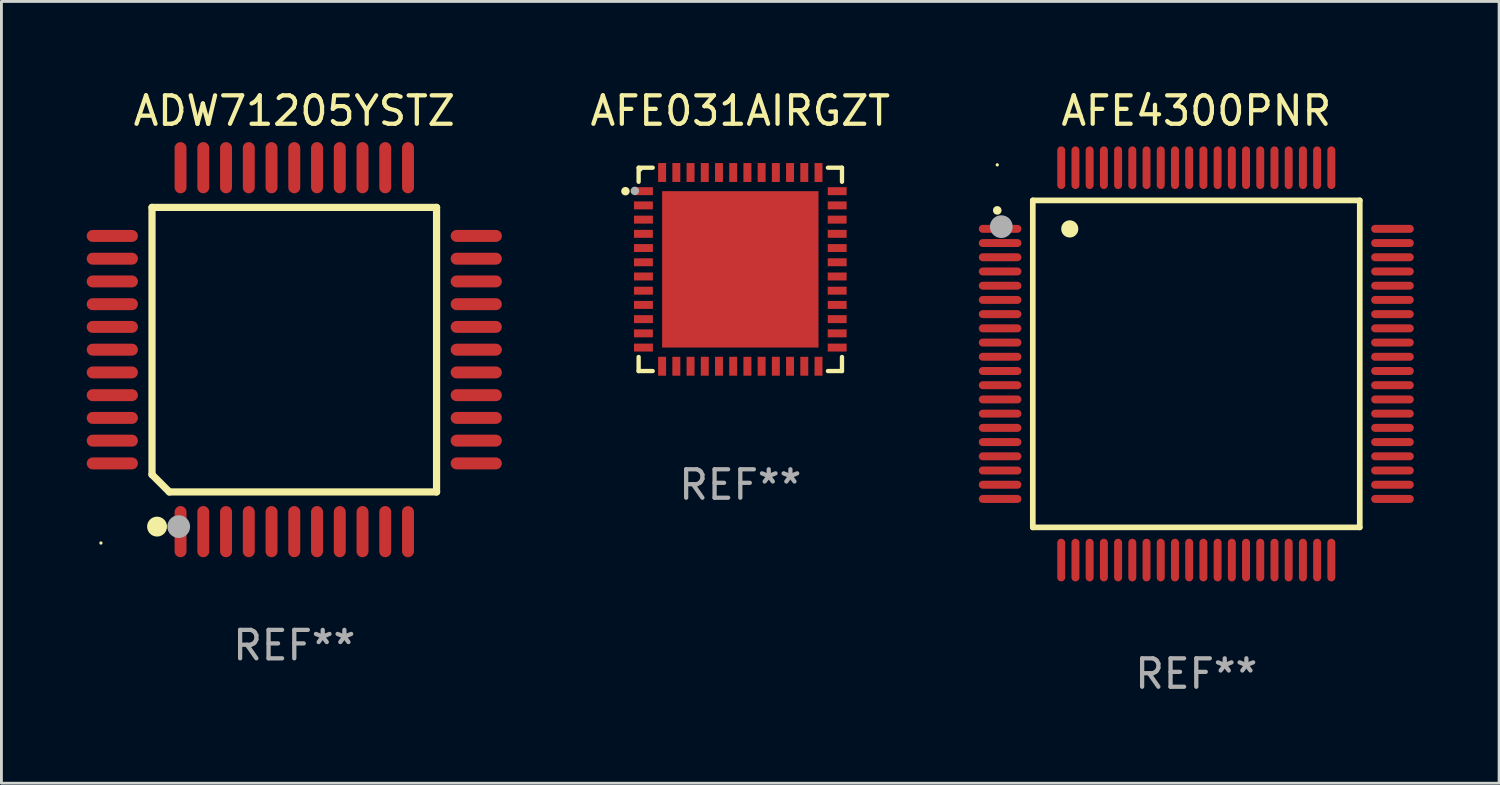
<source format=kicad_pcb>
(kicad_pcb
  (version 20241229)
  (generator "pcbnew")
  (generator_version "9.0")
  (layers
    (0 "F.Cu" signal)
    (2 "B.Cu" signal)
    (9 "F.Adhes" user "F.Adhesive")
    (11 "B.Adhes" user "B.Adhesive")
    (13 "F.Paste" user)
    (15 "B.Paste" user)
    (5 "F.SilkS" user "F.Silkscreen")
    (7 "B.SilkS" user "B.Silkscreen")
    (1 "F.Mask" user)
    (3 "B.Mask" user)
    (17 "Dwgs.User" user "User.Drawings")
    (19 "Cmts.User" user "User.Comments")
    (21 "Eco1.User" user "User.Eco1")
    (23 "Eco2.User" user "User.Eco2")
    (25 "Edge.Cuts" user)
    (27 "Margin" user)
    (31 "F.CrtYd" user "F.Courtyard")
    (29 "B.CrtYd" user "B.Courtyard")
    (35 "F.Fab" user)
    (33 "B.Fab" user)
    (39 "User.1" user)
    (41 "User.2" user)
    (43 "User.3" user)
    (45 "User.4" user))
  (footprint "ADW71205YSTZ"
    (layer "F.Cu")
    (at 7.3 9.248)
    (property "Reference" "ADW71205YSTZ" (at 0 -8.4 0) (layer "F.SilkS") (effects (font (size 1 1) (thickness 0.15))))
    (attr through_hole)
    (fp_line (start -5.004 -5.004) (end 5.004 -5.004) (stroke (width 0.254) (type solid)) (layer "F.SilkS"))
    (fp_line (start -5.004 4.394) (end -5.004 -5.004) (stroke (width 0.254) (type solid)) (layer "F.SilkS"))
    (fp_line (start -5.004 4.394) (end -4.394 5.004) (stroke (width 0.254) (type solid)) (layer "F.SilkS"))
    (fp_line (start -4.394 5.004) (end 5.004 5.004) (stroke (width 0.254) (type solid)) (layer "F.SilkS"))
    (fp_line (start 5.004 -5.004) (end 5.004 5.004) (stroke (width 0.254) (type solid)) (layer "F.SilkS"))
    (fp_circle (center -6.8 6.8) (end -6.77 6.8) (stroke (width 0.06) (type solid)) (fill no) (layer "F.SilkS"))
    (fp_circle (center -4.826 6.223) (end -4.651 6.223) (stroke (width 0.35) (type solid)) (fill no) (layer "F.SilkS"))
    (fp_circle (center -4.064 6.223) (end -3.864 6.223) (stroke (width 0.4) (type solid)) (fill no) (layer "F.Fab"))
    (fp_text user "REF**" (at 0 10.4 0) (layer "F.Fab") (effects (font (size 1 1) (thickness 0.15))))
    (pad "1" smd oval (at -4 6.4) (size 0.42 1.8) (layers "F.Cu" "F.Mask" "F.Paste"))
    (pad "2" smd oval (at -3.2 6.4) (size 0.42 1.8) (layers "F.Cu" "F.Mask" "F.Paste"))
    (pad "3" smd oval (at -2.4 6.4) (size 0.42 1.8) (layers "F.Cu" "F.Mask" "F.Paste"))
    (pad "4" smd oval (at -1.6 6.4) (size 0.42 1.8) (layers "F.Cu" "F.Mask" "F.Paste"))
    (pad "5" smd oval (at -0.8 6.4) (size 0.42 1.8) (layers "F.Cu" "F.Mask" "F.Paste"))
    (pad "6" smd oval (at 0 6.4) (size 0.42 1.8) (layers "F.Cu" "F.Mask" "F.Paste"))
    (pad "7" smd oval (at 0.8 6.4) (size 0.42 1.8) (layers "F.Cu" "F.Mask" "F.Paste"))
    (pad "8" smd oval (at 1.6 6.4) (size 0.42 1.8) (layers "F.Cu" "F.Mask" "F.Paste"))
    (pad "9" smd oval (at 2.4 6.4) (size 0.42 1.8) (layers "F.Cu" "F.Mask" "F.Paste"))
    (pad "10" smd oval (at 3.2 6.4) (size 0.42 1.8) (layers "F.Cu" "F.Mask" "F.Paste"))
    (pad "11" smd oval (at 4 6.4) (size 0.42 1.8) (layers "F.Cu" "F.Mask" "F.Paste"))
    (pad "12" smd oval (at 6.4 4 90) (size 0.42 1.8) (layers "F.Cu" "F.Mask" "F.Paste"))
    (pad "13" smd oval (at 6.4 3.2 90) (size 0.42 1.8) (layers "F.Cu" "F.Mask" "F.Paste"))
    (pad "14" smd oval (at 6.4 2.4 90) (size 0.42 1.8) (layers "F.Cu" "F.Mask" "F.Paste"))
    (pad "15" smd oval (at 6.4 1.6 90) (size 0.42 1.8) (layers "F.Cu" "F.Mask" "F.Paste"))
    (pad "16" smd oval (at 6.4 0.8 90) (size 0.42 1.8) (layers "F.Cu" "F.Mask" "F.Paste"))
    (pad "17" smd oval (at 6.4 0 90) (size 0.42 1.8) (layers "F.Cu" "F.Mask" "F.Paste"))
    (pad "18" smd oval (at 6.4 -0.8 90) (size 0.42 1.8) (layers "F.Cu" "F.Mask" "F.Paste"))
    (pad "19" smd oval (at 6.4 -1.6 90) (size 0.42 1.8) (layers "F.Cu" "F.Mask" "F.Paste"))
    (pad "20" smd oval (at 6.4 -2.4 90) (size 0.42 1.8) (layers "F.Cu" "F.Mask" "F.Paste"))
    (pad "21" smd oval (at 6.4 -3.2 90) (size 0.42 1.8) (layers "F.Cu" "F.Mask" "F.Paste"))
    (pad "22" smd oval (at 6.4 -4 90) (size 0.42 1.8) (layers "F.Cu" "F.Mask" "F.Paste"))
    (pad "23" smd oval (at 4 -6.4 180) (size 0.42 1.8) (layers "F.Cu" "F.Mask" "F.Paste"))
    (pad "24" smd oval (at 3.2 -6.4 180) (size 0.42 1.8) (layers "F.Cu" "F.Mask" "F.Paste"))
    (pad "25" smd oval (at 2.4 -6.4 180) (size 0.42 1.8) (layers "F.Cu" "F.Mask" "F.Paste"))
    (pad "26" smd oval (at 1.6 -6.4 180) (size 0.42 1.8) (layers "F.Cu" "F.Mask" "F.Paste"))
    (pad "27" smd oval (at 0.8 -6.4 180) (size 0.42 1.8) (layers "F.Cu" "F.Mask" "F.Paste"))
    (pad "28" smd oval (at 0 -6.4 180) (size 0.42 1.8) (layers "F.Cu" "F.Mask" "F.Paste"))
    (pad "29" smd oval (at -0.8 -6.4 180) (size 0.42 1.8) (layers "F.Cu" "F.Mask" "F.Paste"))
    (pad "30" smd oval (at -1.6 -6.4 180) (size 0.42 1.8) (layers "F.Cu" "F.Mask" "F.Paste"))
    (pad "31" smd oval (at -2.4 -6.4 180) (size 0.42 1.8) (layers "F.Cu" "F.Mask" "F.Paste"))
    (pad "32" smd oval (at -3.2 -6.4 180) (size 0.42 1.8) (layers "F.Cu" "F.Mask" "F.Paste"))
    (pad "33" smd oval (at -4 -6.4 180) (size 0.42 1.8) (layers "F.Cu" "F.Mask" "F.Paste"))
    (pad "34" smd oval (at -6.4 -4 90) (size 0.42 1.8) (layers "F.Cu" "F.Mask" "F.Paste"))
    (pad "35" smd oval (at -6.4 -3.2 90) (size 0.42 1.8) (layers "F.Cu" "F.Mask" "F.Paste"))
    (pad "36" smd oval (at -6.4 -2.4 90) (size 0.42 1.8) (layers "F.Cu" "F.Mask" "F.Paste"))
    (pad "37" smd oval (at -6.4 -1.6 90) (size 0.42 1.8) (layers "F.Cu" "F.Mask" "F.Paste"))
    (pad "38" smd oval (at -6.4 -0.8 90) (size 0.42 1.8) (layers "F.Cu" "F.Mask" "F.Paste"))
    (pad "39" smd oval (at -6.4 0 90) (size 0.42 1.8) (layers "F.Cu" "F.Mask" "F.Paste"))
    (pad "40" smd oval (at -6.4 0.8 270) (size 0.42 1.8) (layers "F.Cu" "F.Mask" "F.Paste"))
    (pad "41" smd oval (at -6.4 1.6 270) (size 0.42 1.8) (layers "F.Cu" "F.Mask" "F.Paste"))
    (pad "42" smd oval (at -6.4 2.4 270) (size 0.42 1.8) (layers "F.Cu" "F.Mask" "F.Paste"))
    (pad "43" smd oval (at -6.4 3.2 270) (size 0.42 1.8) (layers "F.Cu" "F.Mask" "F.Paste"))
    (pad "44" smd oval (at -6.4 4 270) (size 0.42 1.8) (layers "F.Cu" "F.Mask" "F.Paste")))
  (footprint "AFE031AIRGZT"
    (layer "F.Cu")
    (at 22.987 6.424)
    (property "Reference" "AFE031AIRGZT" (at 0 -5.576 0) (layer "F.SilkS") (effects (font (size 1 1) (thickness 0.15))))
    (attr through_hole)
    (fp_line (start -3.576 -3.576) (end -3.576 -3.081) (stroke (width 0.152) (type solid)) (layer "F.SilkS"))
    (fp_line (start -3.576 3.576) (end -3.576 3.081) (stroke (width 0.152) (type solid)) (layer "F.SilkS"))
    (fp_line (start -3.081 -3.576) (end -3.576 -3.576) (stroke (width 0.152) (type solid)) (layer "F.SilkS"))
    (fp_line (start -3.081 3.576) (end -3.576 3.576) (stroke (width 0.152) (type solid)) (layer "F.SilkS"))
    (fp_line (start 3.081 -3.576) (end 3.576 -3.576) (stroke (width 0.152) (type solid)) (layer "F.SilkS"))
    (fp_line (start 3.081 3.576) (end 3.576 3.576) (stroke (width 0.152) (type solid)) (layer "F.SilkS"))
    (fp_line (start 3.576 -3.576) (end 3.576 -3.081) (stroke (width 0.152) (type solid)) (layer "F.SilkS"))
    (fp_line (start 3.576 3.576) (end 3.576 3.081) (stroke (width 0.152) (type solid)) (layer "F.SilkS"))
    (fp_circle (center -4.04 -2.75) (end -3.965 -2.75) (stroke (width 0.15) (type solid)) (fill no) (layer "F.SilkS"))
    (fp_circle (center -3.5 -3.5) (end -3.47 -3.5) (stroke (width 0.06) (type solid)) (fill no) (layer "F.SilkS"))
    (fp_circle (center -3.71 -2.76) (end -3.635 -2.76) (stroke (width 0.15) (type solid)) (fill no) (layer "F.Fab"))
    (fp_text user "REF**" (at 0 7.576 0) (layer "F.Fab") (effects (font (size 1 1) (thickness 0.15))))
    (pad "1" smd rect (at -3.407 -2.75) (size 0.665 0.28) (layers "F.Cu" "F.Mask" "F.Paste"))
    (pad "2" smd rect (at -3.407 -2.25) (size 0.665 0.28) (layers "F.Cu" "F.Mask" "F.Paste"))
    (pad "3" smd rect (at -3.407 -1.75) (size 0.665 0.28) (layers "F.Cu" "F.Mask" "F.Paste"))
    (pad "4" smd rect (at -3.407 -1.25) (size 0.665 0.28) (layers "F.Cu" "F.Mask" "F.Paste"))
    (pad "5" smd rect (at -3.407 -0.75) (size 0.665 0.28) (layers "F.Cu" "F.Mask" "F.Paste"))
    (pad "6" smd rect (at -3.407 -0.25) (size 0.665 0.28) (layers "F.Cu" "F.Mask" "F.Paste"))
    (pad "7" smd rect (at -3.407 0.25) (size 0.665 0.28) (layers "F.Cu" "F.Mask" "F.Paste"))
    (pad "8" smd rect (at -3.407 0.75) (size 0.665 0.28) (layers "F.Cu" "F.Mask" "F.Paste"))
    (pad "9" smd rect (at -3.407 1.25) (size 0.665 0.28) (layers "F.Cu" "F.Mask" "F.Paste"))
    (pad "10" smd rect (at -3.407 1.75) (size 0.665 0.28) (layers "F.Cu" "F.Mask" "F.Paste"))
    (pad "11" smd rect (at -3.407 2.25) (size 0.665 0.28) (layers "F.Cu" "F.Mask" "F.Paste"))
    (pad "12" smd rect (at -3.407 2.75) (size 0.665 0.28) (layers "F.Cu" "F.Mask" "F.Paste"))
    (pad "13" smd rect (at -2.75 3.407) (size 0.28 0.665) (layers "F.Cu" "F.Mask" "F.Paste"))
    (pad "14" smd rect (at -2.25 3.407) (size 0.28 0.665) (layers "F.Cu" "F.Mask" "F.Paste"))
    (pad "15" smd rect (at -1.75 3.407) (size 0.28 0.665) (layers "F.Cu" "F.Mask" "F.Paste"))
    (pad "16" smd rect (at -1.25 3.407) (size 0.28 0.665) (layers "F.Cu" "F.Mask" "F.Paste"))
    (pad "17" smd rect (at -0.75 3.407) (size 0.28 0.665) (layers "F.Cu" "F.Mask" "F.Paste"))
    (pad "18" smd rect (at -0.25 3.407) (size 0.28 0.665) (layers "F.Cu" "F.Mask" "F.Paste"))
    (pad "19" smd rect (at 0.25 3.407) (size 0.28 0.665) (layers "F.Cu" "F.Mask" "F.Paste"))
    (pad "20" smd rect (at 0.75 3.407) (size 0.28 0.665) (layers "F.Cu" "F.Mask" "F.Paste"))
    (pad "21" smd rect (at 1.25 3.407) (size 0.28 0.665) (layers "F.Cu" "F.Mask" "F.Paste"))
    (pad "22" smd rect (at 1.75 3.407) (size 0.28 0.665) (layers "F.Cu" "F.Mask" "F.Paste"))
    (pad "23" smd rect (at 2.25 3.407) (size 0.28 0.665) (layers "F.Cu" "F.Mask" "F.Paste"))
    (pad "24" smd rect (at 2.75 3.407) (size 0.28 0.665) (layers "F.Cu" "F.Mask" "F.Paste"))
    (pad "25" smd rect (at 3.407 2.75) (size 0.665 0.28) (layers "F.Cu" "F.Mask" "F.Paste"))
    (pad "26" smd rect (at 3.407 2.25) (size 0.665 0.28) (layers "F.Cu" "F.Mask" "F.Paste"))
    (pad "27" smd rect (at 3.407 1.75) (size 0.665 0.28) (layers "F.Cu" "F.Mask" "F.Paste"))
    (pad "28" smd rect (at 3.407 1.25) (size 0.665 0.28) (layers "F.Cu" "F.Mask" "F.Paste"))
    (pad "29" smd rect (at 3.407 0.75) (size 0.665 0.28) (layers "F.Cu" "F.Mask" "F.Paste"))
    (pad "30" smd rect (at 3.407 0.25) (size 0.665 0.28) (layers "F.Cu" "F.Mask" "F.Paste"))
    (pad "31" smd rect (at 3.407 -0.25) (size 0.665 0.28) (layers "F.Cu" "F.Mask" "F.Paste"))
    (pad "32" smd rect (at 3.407 -0.75) (size 0.665 0.28) (layers "F.Cu" "F.Mask" "F.Paste"))
    (pad "33" smd rect (at 3.407 -1.25) (size 0.665 0.28) (layers "F.Cu" "F.Mask" "F.Paste"))
    (pad "34" smd rect (at 3.407 -1.75) (size 0.665 0.28) (layers "F.Cu" "F.Mask" "F.Paste"))
    (pad "35" smd rect (at 3.407 -2.25) (size 0.665 0.28) (layers "F.Cu" "F.Mask" "F.Paste"))
    (pad "36" smd rect (at 3.407 -2.75) (size 0.665 0.28) (layers "F.Cu" "F.Mask" "F.Paste"))
    (pad "37" smd rect (at 2.75 -3.407) (size 0.28 0.665) (layers "F.Cu" "F.Mask" "F.Paste"))
    (pad "38" smd rect (at 2.25 -3.407) (size 0.28 0.665) (layers "F.Cu" "F.Mask" "F.Paste"))
    (pad "39" smd rect (at 1.75 -3.407) (size 0.28 0.665) (layers "F.Cu" "F.Mask" "F.Paste"))
    (pad "40" smd rect (at 1.25 -3.407) (size 0.28 0.665) (layers "F.Cu" "F.Mask" "F.Paste"))
    (pad "41" smd rect (at 0.75 -3.407) (size 0.28 0.665) (layers "F.Cu" "F.Mask" "F.Paste"))
    (pad "42" smd rect (at 0.25 -3.407) (size 0.28 0.665) (layers "F.Cu" "F.Mask" "F.Paste"))
    (pad "43" smd rect (at -0.25 -3.407) (size 0.28 0.665) (layers "F.Cu" "F.Mask" "F.Paste"))
    (pad "44" smd rect (at -0.75 -3.407) (size 0.28 0.665) (layers "F.Cu" "F.Mask" "F.Paste"))
    (pad "45" smd rect (at -1.25 -3.407) (size 0.28 0.665) (layers "F.Cu" "F.Mask" "F.Paste"))
    (pad "46" smd rect (at -1.75 -3.407) (size 0.28 0.665) (layers "F.Cu" "F.Mask" "F.Paste"))
    (pad "47" smd rect (at -2.25 -3.407) (size 0.28 0.665) (layers "F.Cu" "F.Mask" "F.Paste"))
    (pad "48" smd rect (at -2.75 -3.407) (size 0.28 0.665) (layers "F.Cu" "F.Mask" "F.Paste"))
    (pad "49" smd rect (at 0 0) (size 5.5 5.5) (layers "F.Cu" "F.Mask" "F.Paste")))
  (footprint "AFE4300PNR"
    (layer "F.Cu")
    (at 39.024 9.748)
    (property "Reference" "AFE4300PNR" (at 0 -8.9 0) (layer "F.SilkS") (effects (font (size 1 1) (thickness 0.15))))
    (attr through_hole)
    (fp_line (start -5.75 -5.75) (end 5.75 -5.75) (stroke (width 0.2) (type solid)) (layer "F.SilkS"))
    (fp_line (start -5.75 5.75) (end -5.75 -5.75) (stroke (width 0.2) (type solid)) (layer "F.SilkS"))
    (fp_line (start 5.75 -5.75) (end 5.75 5.75) (stroke (width 0.2) (type solid)) (layer "F.SilkS"))
    (fp_line (start 5.75 5.75) (end -5.75 5.75) (stroke (width 0.2) (type solid)) (layer "F.SilkS"))
    (fp_arc (start -7.000229 -5.397435) (mid -7.000234 -5.398705) (end -7.000229 -5.399975) (stroke (width 0.3) (type solid)) (layer "F.SilkS"))
    (fp_arc (start -4.450064 -4.744653) (mid -4.450075 -4.747193) (end -4.450064 -4.749733) (stroke (width 0.6) (type solid)) (layer "F.SilkS"))
    (fp_circle (center -7 -7) (end -6.97 -7) (stroke (width 0.06) (type solid)) (fill no) (layer "F.SilkS"))
    (fp_circle (center -6.858 -4.826) (end -6.658 -4.826) (stroke (width 0.4) (type solid)) (fill no) (layer "F.Fab"))
    (fp_text user "REF**" (at 0 10.9 0) (layer "F.Fab") (effects (font (size 1 1) (thickness 0.15))))
    (pad "1" smd oval (at -6.9 -4.75 90) (size 0.28 1.5) (layers "F.Cu" "F.Mask" "F.Paste"))
    (pad "2" smd oval (at -6.9 -4.25 90) (size 0.28 1.5) (layers "F.Cu" "F.Mask" "F.Paste"))
    (pad "3" smd oval (at -6.9 -3.75 90) (size 0.28 1.5) (layers "F.Cu" "F.Mask" "F.Paste"))
    (pad "4" smd oval (at -6.9 -3.25 90) (size 0.28 1.5) (layers "F.Cu" "F.Mask" "F.Paste"))
    (pad "5" smd oval (at -6.9 -2.75 90) (size 0.28 1.5) (layers "F.Cu" "F.Mask" "F.Paste"))
    (pad "6" smd oval (at -6.9 -2.25 90) (size 0.28 1.5) (layers "F.Cu" "F.Mask" "F.Paste"))
    (pad "7" smd oval (at -6.9 -1.75 90) (size 0.28 1.5) (layers "F.Cu" "F.Mask" "F.Paste"))
    (pad "8" smd oval (at -6.9 -1.25 90) (size 0.28 1.5) (layers "F.Cu" "F.Mask" "F.Paste"))
    (pad "9" smd oval (at -6.9 -0.75 90) (size 0.28 1.5) (layers "F.Cu" "F.Mask" "F.Paste"))
    (pad "10" smd oval (at -6.9 -0.25 90) (size 0.28 1.5) (layers "F.Cu" "F.Mask" "F.Paste"))
    (pad "11" smd oval (at -6.9 0.25 90) (size 0.28 1.5) (layers "F.Cu" "F.Mask" "F.Paste"))
    (pad "12" smd oval (at -6.9 0.75 90) (size 0.28 1.5) (layers "F.Cu" "F.Mask" "F.Paste"))
    (pad "13" smd oval (at -6.9 1.25 90) (size 0.28 1.5) (layers "F.Cu" "F.Mask" "F.Paste"))
    (pad "14" smd oval (at -6.9 1.75 90) (size 0.28 1.5) (layers "F.Cu" "F.Mask" "F.Paste"))
    (pad "15" smd oval (at -6.9 2.25 90) (size 0.28 1.5) (layers "F.Cu" "F.Mask" "F.Paste"))
    (pad "16" smd oval (at -6.9 2.75 90) (size 0.28 1.5) (layers "F.Cu" "F.Mask" "F.Paste"))
    (pad "17" smd oval (at -6.9 3.25 90) (size 0.28 1.5) (layers "F.Cu" "F.Mask" "F.Paste"))
    (pad "18" smd oval (at -6.9 3.75 90) (size 0.28 1.5) (layers "F.Cu" "F.Mask" "F.Paste"))
    (pad "19" smd oval (at -6.9 4.25 90) (size 0.28 1.5) (layers "F.Cu" "F.Mask" "F.Paste"))
    (pad "20" smd oval (at -6.9 4.75 270) (size 0.28 1.5) (layers "F.Cu" "F.Mask" "F.Paste"))
    (pad "21" smd oval (at -4.75 6.9 180) (size 0.28 1.5) (layers "F.Cu" "F.Mask" "F.Paste"))
    (pad "22" smd oval (at -4.25 6.9) (size 0.28 1.5) (layers "F.Cu" "F.Mask" "F.Paste"))
    (pad "23" smd oval (at -3.75 6.9) (size 0.28 1.5) (layers "F.Cu" "F.Mask" "F.Paste"))
    (pad "24" smd oval (at -3.25 6.9) (size 0.28 1.5) (layers "F.Cu" "F.Mask" "F.Paste"))
    (pad "25" smd oval (at -2.75 6.9) (size 0.28 1.5) (layers "F.Cu" "F.Mask" "F.Paste"))
    (pad "26" smd oval (at -2.25 6.9) (size 0.28 1.5) (layers "F.Cu" "F.Mask" "F.Paste"))
    (pad "27" smd oval (at -1.75 6.9) (size 0.28 1.5) (layers "F.Cu" "F.Mask" "F.Paste"))
    (pad "28" smd oval (at -1.25 6.9) (size 0.28 1.5) (layers "F.Cu" "F.Mask" "F.Paste"))
    (pad "29" smd oval (at -0.75 6.9) (size 0.28 1.5) (layers "F.Cu" "F.Mask" "F.Paste"))
    (pad "30" smd oval (at -0.25 6.9) (size 0.28 1.5) (layers "F.Cu" "F.Mask" "F.Paste"))
    (pad "31" smd oval (at 0.25 6.9) (size 0.28 1.5) (layers "F.Cu" "F.Mask" "F.Paste"))
    (pad "32" smd oval (at 0.75 6.9) (size 0.28 1.5) (layers "F.Cu" "F.Mask" "F.Paste"))
    (pad "33" smd oval (at 1.25 6.9) (size 0.28 1.5) (layers "F.Cu" "F.Mask" "F.Paste"))
    (pad "34" smd oval (at 1.75 6.9) (size 0.28 1.5) (layers "F.Cu" "F.Mask" "F.Paste"))
    (pad "35" smd oval (at 2.25 6.9) (size 0.28 1.5) (layers "F.Cu" "F.Mask" "F.Paste"))
    (pad "36" smd oval (at 2.75 6.9) (size 0.28 1.5) (layers "F.Cu" "F.Mask" "F.Paste"))
    (pad "37" smd oval (at 3.25 6.9) (size 0.28 1.5) (layers "F.Cu" "F.Mask" "F.Paste"))
    (pad "38" smd oval (at 3.75 6.9) (size 0.28 1.5) (layers "F.Cu" "F.Mask" "F.Paste"))
    (pad "39" smd oval (at 4.25 6.9) (size 0.28 1.5) (layers "F.Cu" "F.Mask" "F.Paste"))
    (pad "40" smd oval (at 4.75 6.9) (size 0.28 1.5) (layers "F.Cu" "F.Mask" "F.Paste"))
    (pad "41" smd oval (at 6.9 4.75 270) (size 0.28 1.5) (layers "F.Cu" "F.Mask" "F.Paste"))
    (pad "42" smd oval (at 6.9 4.25 90) (size 0.28 1.5) (layers "F.Cu" "F.Mask" "F.Paste"))
    (pad "43" smd oval (at 6.9 3.75 90) (size 0.28 1.5) (layers "F.Cu" "F.Mask" "F.Paste"))
    (pad "44" smd oval (at 6.9 3.25 90) (size 0.28 1.5) (layers "F.Cu" "F.Mask" "F.Paste"))
    (pad "45" smd oval (at 6.9 2.75 90) (size 0.28 1.5) (layers "F.Cu" "F.Mask" "F.Paste"))
    (pad "46" smd oval (at 6.9 2.25 90) (size 0.28 1.5) (layers "F.Cu" "F.Mask" "F.Paste"))
    (pad "47" smd oval (at 6.9 1.75 90) (size 0.28 1.5) (layers "F.Cu" "F.Mask" "F.Paste"))
    (pad "48" smd oval (at 6.9 1.25 90) (size 0.28 1.5) (layers "F.Cu" "F.Mask" "F.Paste"))
    (pad "49" smd oval (at 6.9 0.75 90) (size 0.28 1.5) (layers "F.Cu" "F.Mask" "F.Paste"))
    (pad "50" smd oval (at 6.9 0.25 90) (size 0.28 1.5) (layers "F.Cu" "F.Mask" "F.Paste"))
    (pad "51" smd oval (at 6.9 -0.25 90) (size 0.28 1.5) (layers "F.Cu" "F.Mask" "F.Paste"))
    (pad "52" smd oval (at 6.9 -0.75 90) (size 0.28 1.5) (layers "F.Cu" "F.Mask" "F.Paste"))
    (pad "53" smd oval (at 6.9 -1.25 90) (size 0.28 1.5) (layers "F.Cu" "F.Mask" "F.Paste"))
    (pad "54" smd oval (at 6.9 -1.75 90) (size 0.28 1.5) (layers "F.Cu" "F.Mask" "F.Paste"))
    (pad "55" smd oval (at 6.9 -2.25 90) (size 0.28 1.5) (layers "F.Cu" "F.Mask" "F.Paste"))
    (pad "56" smd oval (at 6.9 -2.75 90) (size 0.28 1.5) (layers "F.Cu" "F.Mask" "F.Paste"))
    (pad "57" smd oval (at 6.9 -3.25 90) (size 0.28 1.5) (layers "F.Cu" "F.Mask" "F.Paste"))
    (pad "58" smd oval (at 6.9 -3.75 90) (size 0.28 1.5) (layers "F.Cu" "F.Mask" "F.Paste"))
    (pad "59" smd oval (at 6.9 -4.25 90) (size 0.28 1.5) (layers "F.Cu" "F.Mask" "F.Paste"))
    (pad "60" smd oval (at 6.9 -4.75 90) (size 0.28 1.5) (layers "F.Cu" "F.Mask" "F.Paste"))
    (pad "61" smd oval (at 4.75 -6.9) (size 0.28 1.5) (layers "F.Cu" "F.Mask" "F.Paste"))
    (pad "62" smd oval (at 4.25 -6.9) (size 0.28 1.5) (layers "F.Cu" "F.Mask" "F.Paste"))
    (pad "63" smd oval (at 3.75 -6.9) (size 0.28 1.5) (layers "F.Cu" "F.Mask" "F.Paste"))
    (pad "64" smd oval (at 3.25 -6.9) (size 0.28 1.5) (layers "F.Cu" "F.Mask" "F.Paste"))
    (pad "65" smd oval (at 2.75 -6.9) (size 0.28 1.5) (layers "F.Cu" "F.Mask" "F.Paste"))
    (pad "66" smd oval (at 2.25 -6.9) (size 0.28 1.5) (layers "F.Cu" "F.Mask" "F.Paste"))
    (pad "67" smd oval (at 1.75 -6.9) (size 0.28 1.5) (layers "F.Cu" "F.Mask" "F.Paste"))
    (pad "68" smd oval (at 1.25 -6.9) (size 0.28 1.5) (layers "F.Cu" "F.Mask" "F.Paste"))
    (pad "69" smd oval (at 0.75 -6.9) (size 0.28 1.5) (layers "F.Cu" "F.Mask" "F.Paste"))
    (pad "70" smd oval (at 0.25 -6.9) (size 0.28 1.5) (layers "F.Cu" "F.Mask" "F.Paste"))
    (pad "71" smd oval (at -0.25 -6.9) (size 0.28 1.5) (layers "F.Cu" "F.Mask" "F.Paste"))
    (pad "72" smd oval (at -0.75 -6.9) (size 0.28 1.5) (layers "F.Cu" "F.Mask" "F.Paste"))
    (pad "73" smd oval (at -1.25 -6.9) (size 0.28 1.5) (layers "F.Cu" "F.Mask" "F.Paste"))
    (pad "74" smd oval (at -1.75 -6.9) (size 0.28 1.5) (layers "F.Cu" "F.Mask" "F.Paste"))
    (pad "75" smd oval (at -2.25 -6.9) (size 0.28 1.5) (layers "F.Cu" "F.Mask" "F.Paste"))
    (pad "76" smd oval (at -2.75 -6.9) (size 0.28 1.5) (layers "F.Cu" "F.Mask" "F.Paste"))
    (pad "77" smd oval (at -3.25 -6.9) (size 0.28 1.5) (layers "F.Cu" "F.Mask" "F.Paste"))
    (pad "78" smd oval (at -3.75 -6.9) (size 0.28 1.5) (layers "F.Cu" "F.Mask" "F.Paste"))
    (pad "79" smd oval (at -4.25 -6.9) (size 0.28 1.5) (layers "F.Cu" "F.Mask" "F.Paste"))
    (pad "80" smd oval (at -4.75 -6.9 180) (size 0.28 1.5) (layers "F.Cu" "F.Mask" "F.Paste")))
  (gr_rect
    (start -3 -3)
    (end 49.674 24.496)
    (stroke (width 0.1) (type default))
    (fill no)
    (layer "Edge.Cuts")))
</source>
